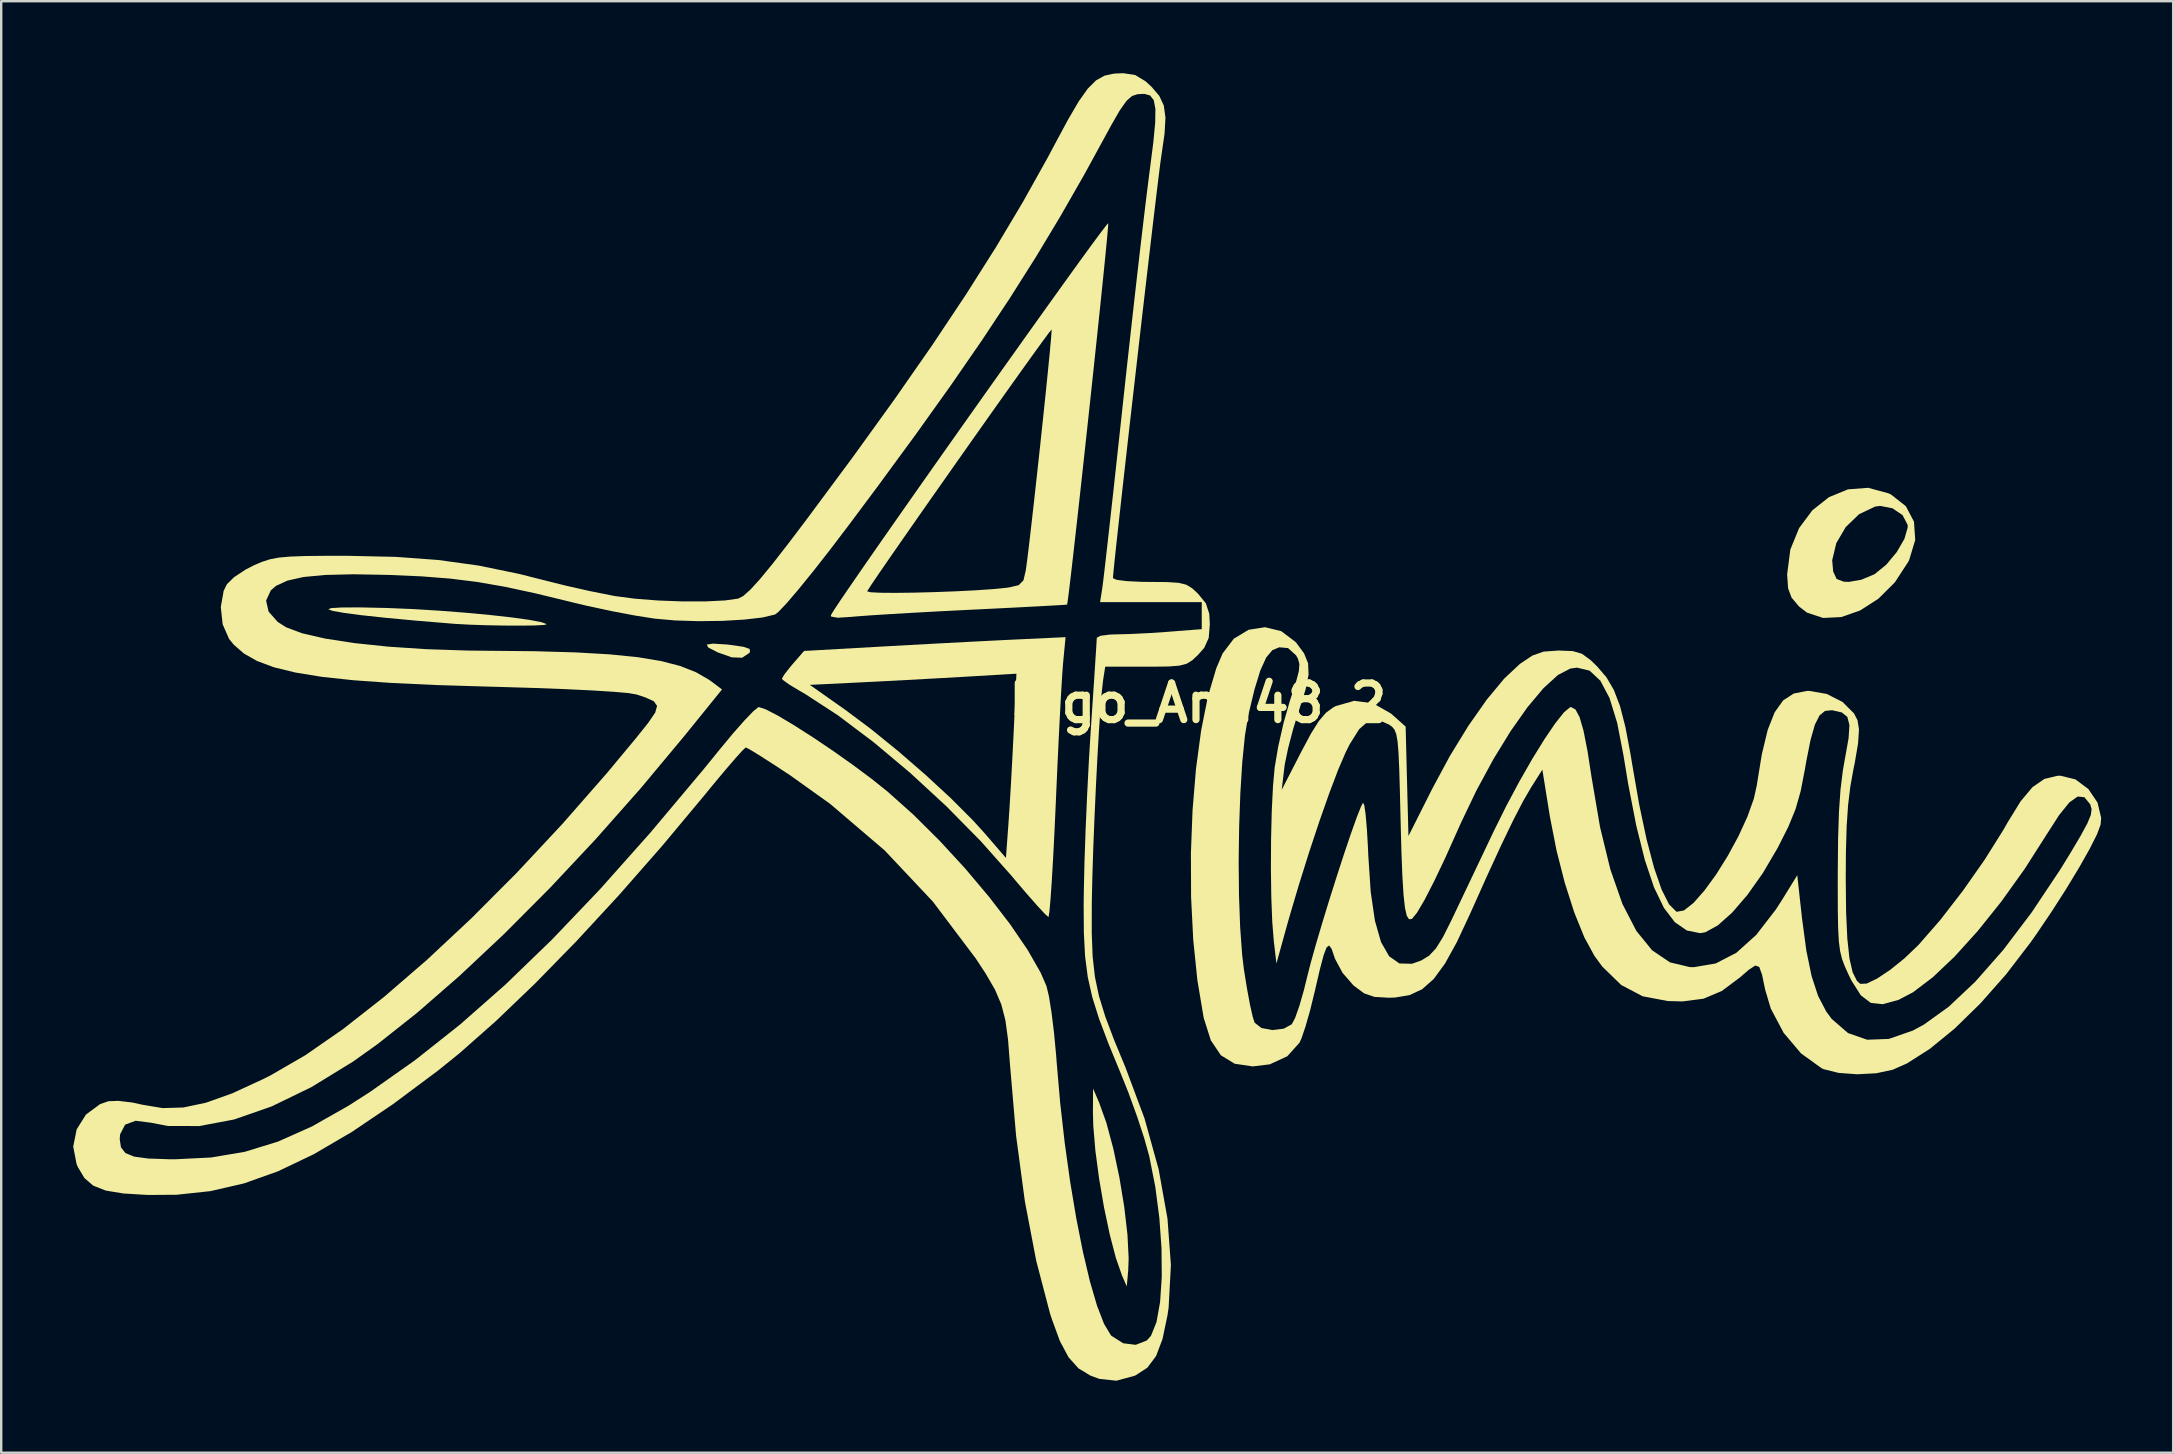
<source format=kicad_pcb>
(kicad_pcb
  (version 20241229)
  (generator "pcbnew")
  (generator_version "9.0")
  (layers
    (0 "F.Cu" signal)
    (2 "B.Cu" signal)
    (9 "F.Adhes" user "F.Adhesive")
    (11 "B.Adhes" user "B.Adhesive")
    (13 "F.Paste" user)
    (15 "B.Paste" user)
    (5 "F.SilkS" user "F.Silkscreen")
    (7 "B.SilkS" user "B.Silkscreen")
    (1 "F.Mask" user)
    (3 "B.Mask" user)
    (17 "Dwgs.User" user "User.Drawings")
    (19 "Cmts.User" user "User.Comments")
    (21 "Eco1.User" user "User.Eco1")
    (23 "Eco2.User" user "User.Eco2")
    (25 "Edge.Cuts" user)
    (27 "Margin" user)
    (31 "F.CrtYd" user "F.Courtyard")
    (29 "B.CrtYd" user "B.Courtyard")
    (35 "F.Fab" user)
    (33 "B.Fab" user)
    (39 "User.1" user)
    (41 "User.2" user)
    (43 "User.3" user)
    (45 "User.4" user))
  (footprint "logo_Ami48_2"
    (layer "F.Cu")
    (at 46.851 26.241)
    (property "Reference" "logo_Ami48_2" (at 0 0 0) (layer "F.SilkS") (effects (font (size 1.524 1.524) (thickness 0.3))))
    (attr board_only exclude_from_pos_files exclude_from_bom)
    (fp_poly (pts (xy -19.61 -2.438) (xy -19.451 -2.42) (xy -18.92 -2.342) (xy -18.671 -2.256) (xy -18.651 -2.137) (xy -18.691 -2.079) (xy -18.984 -1.887) (xy -19.414 -1.904) (xy -20.001 -2.112) (xy -20.391 -2.313) (xy -20.456 -2.435) (xy -20.195 -2.476)) (stroke (width 0) (type solid)) (fill yes) (layer "F.SilkS"))
    (fp_poly (pts (xy -4.107 16.648) (xy -3.802 17.5) (xy -3.515 18.572) (xy -3.263 19.768) (xy -3.061 20.992) (xy -2.927 22.149) (xy -2.877 23.144) (xy -2.896 23.644) (xy -2.956 24.307) (xy -3.155 23.848) (xy -3.411 23.115) (xy -3.666 22.138) (xy -3.904 21.008) (xy -4.108 19.817) (xy -4.263 18.656) (xy -4.351 17.617) (xy -4.366 17.074) (xy -4.36 16.064)) (stroke (width 0) (type solid)) (fill yes) (layer "F.SilkS"))
    (fp_poly (pts (xy -33.862 -3.962) (xy -33.726 -3.958) (xy -32.688 -3.915) (xy -31.598 -3.848) (xy -30.514 -3.764) (xy -29.491 -3.669) (xy -28.583 -3.567) (xy -27.847 -3.465) (xy -27.339 -3.368) (xy -27.116 -3.285) (xy -27.233 -3.253) (xy -27.615 -3.233) (xy -28.189 -3.225) (xy -28.881 -3.228) (xy -29.62 -3.241) (xy -30.334 -3.265) (xy -30.95 -3.299) (xy -31.035 -3.306) (xy -32.559 -3.432) (xy -33.831 -3.551) (xy -34.844 -3.66) (xy -35.586 -3.758) (xy -36.05 -3.841) (xy -36.225 -3.907) (xy -36.104 -3.955) (xy -35.675 -3.981) (xy -34.931 -3.985)) (stroke (width 0) (type solid)) (fill yes) (layer "F.SilkS"))
    (fp_poly (pts (xy 28.783 -8.737) (xy 28.888 -8.686) (xy 29.503 -8.202) (xy 29.842 -7.557) (xy 29.894 -6.796) (xy 29.645 -5.968) (xy 29.604 -5.885) (xy 29.046 -5.029) (xy 28.359 -4.346) (xy 27.597 -3.856) (xy 26.812 -3.582) (xy 26.057 -3.545) (xy 25.385 -3.766) (xy 25.051 -4.024) (xy 24.742 -4.392) (xy 24.597 -4.78) (xy 24.559 -5.341) (xy 24.559 -5.375) (xy 24.633 -5.948) (xy 26.434 -5.948) (xy 26.475 -5.482) (xy 26.619 -5.17) (xy 26.915 -5.056) (xy 27.127 -5.047) (xy 27.65 -5.138) (xy 28.181 -5.359) (xy 28.211 -5.377) (xy 28.691 -5.768) (xy 29.124 -6.289) (xy 29.443 -6.838) (xy 29.58 -7.315) (xy 29.577 -7.424) (xy 29.367 -7.829) (xy 28.945 -8.114) (xy 28.429 -8.213) (xy 28.219 -8.184) (xy 27.555 -7.868) (xy 26.998 -7.331) (xy 26.605 -6.661) (xy 26.434 -5.948) (xy 24.633 -5.948) (xy 24.69 -6.392) (xy 25.055 -7.288) (xy 25.607 -8.029) (xy 26.301 -8.578) (xy 27.092 -8.903) (xy 27.934 -8.967)) (stroke (width 0) (type solid)) (fill yes) (layer "F.SilkS"))
    (fp_poly (pts (xy -5.609 -1.667) (xy -5.643 -1.213) (xy -5.688 -0.478) (xy -5.74 0.48) (xy -5.797 1.606) (xy -5.855 2.844) (xy -5.912 4.137) (xy -5.913 4.163) (xy -5.969 5.388) (xy -6.026 6.496) (xy -6.082 7.444) (xy -6.134 8.191) (xy -6.179 8.694) (xy -6.215 8.91) (xy -6.22 8.915) (xy -6.36 8.793) (xy -6.671 8.459) (xy -7.11 7.961) (xy -7.632 7.348) (xy -7.746 7.211) (xy -9.041 5.753) (xy -10.474 4.299) (xy -11.984 2.906) (xy -13.511 1.625) (xy -14.991 0.511) (xy -16.365 -0.383) (xy -16.61 -0.524) (xy -16.996 -0.757) (xy -16.16 -0.757) (xy -14.676 0.289) (xy -13.619 1.079) (xy -12.48 2.003) (xy -11.339 2.992) (xy -10.273 3.978) (xy -9.363 4.89) (xy -8.915 5.382) (xy -7.99 6.453) (xy -7.886 5.035) (xy -7.838 4.317) (xy -7.782 3.379) (xy -7.725 2.337) (xy -7.672 1.306) (xy -7.667 1.197) (xy -7.553 -1.222) (xy -9.79 -1.09) (xy -10.887 -1.028) (xy -12.112 -0.961) (xy -13.3 -0.898) (xy -14.094 -0.858) (xy -16.16 -0.757) (xy -16.996 -0.757) (xy -17.024 -0.774) (xy -17.282 -0.961) (xy -17.325 -1.016) (xy -17.225 -1.187) (xy -16.974 -1.508) (xy -16.863 -1.638) (xy -16.401 -2.17) (xy -13.205 -2.351) (xy -11.995 -2.418) (xy -10.706 -2.488) (xy -9.453 -2.554) (xy -8.347 -2.61) (xy -7.757 -2.639) (xy -5.506 -2.745)) (stroke (width 0) (type solid)) (fill yes) (layer "F.SilkS"))
    (fp_poly (pts (xy -3.737 -19.808) (xy -3.78 -19.333) (xy -3.85 -18.604) (xy -3.946 -17.661) (xy -4.061 -16.545) (xy -4.192 -15.295) (xy -4.335 -13.951) (xy -4.484 -12.553) (xy -4.637 -11.14) (xy -4.788 -9.753) (xy -4.933 -8.432) (xy -5.069 -7.215) (xy -5.19 -6.144) (xy -5.292 -5.258) (xy -5.372 -4.597) (xy -5.424 -4.201) (xy -5.442 -4.101) (xy -5.61 -4.087) (xy -6.067 -4.061) (xy -6.768 -4.023) (xy -7.666 -3.976) (xy -8.715 -3.923) (xy -9.504 -3.885) (xy -10.694 -3.825) (xy -11.824 -3.763) (xy -12.834 -3.704) (xy -13.662 -3.651) (xy -14.248 -3.607) (xy -14.446 -3.589) (xy -14.994 -3.554) (xy -15.266 -3.6) (xy -15.287 -3.656) (xy -15.169 -3.852) (xy -14.881 -4.286) (xy -14.629 -4.655) (xy -13.772 -4.655) (xy -13.634 -4.616) (xy -13.223 -4.595) (xy -12.602 -4.59) (xy -11.834 -4.599) (xy -10.981 -4.621) (xy -10.106 -4.654) (xy -9.271 -4.696) (xy -8.54 -4.746) (xy -7.976 -4.801) (xy -7.877 -4.814) (xy -7.459 -4.91) (xy -7.26 -5.112) (xy -7.164 -5.522) (xy -7.106 -5.948) (xy -7.024 -6.614) (xy -6.925 -7.471) (xy -6.812 -8.468) (xy -6.692 -9.555) (xy -6.569 -10.683) (xy -6.45 -11.801) (xy -6.339 -12.86) (xy -6.242 -13.811) (xy -6.164 -14.603) (xy -6.111 -15.186) (xy -6.087 -15.51) (xy -6.088 -15.56) (xy -6.19 -15.438) (xy -6.46 -15.074) (xy -6.871 -14.506) (xy -7.399 -13.769) (xy -8.02 -12.898) (xy -8.707 -11.929) (xy -9.436 -10.898) (xy -10.181 -9.84) (xy -10.918 -8.791) (xy -11.622 -7.787) (xy -12.267 -6.862) (xy -12.828 -6.054) (xy -13.281 -5.397) (xy -13.6 -4.926) (xy -13.759 -4.678) (xy -13.772 -4.655) (xy -14.629 -4.655) (xy -14.442 -4.928) (xy -13.875 -5.75) (xy -13.198 -6.723) (xy -12.433 -7.817) (xy -11.6 -9.005) (xy -10.719 -10.256) (xy -9.811 -11.542) (xy -8.896 -12.835) (xy -7.994 -14.105) (xy -7.127 -15.323) (xy -6.315 -16.461) (xy -5.577 -17.489) (xy -4.936 -18.379) (xy -4.41 -19.101) (xy -4.02 -19.628) (xy -3.787 -19.929) (xy -3.728 -19.99)) (stroke (width 0) (type solid)) (fill yes) (layer "F.SilkS"))
    (fp_poly (pts (xy -2.611 -26.168) (xy -2.171 -25.903) (xy -1.918 -25.669) (xy -1.601 -25.296) (xy -1.414 -24.896) (xy -1.344 -24.395) (xy -1.382 -23.716) (xy -1.516 -22.793) (xy -1.56 -22.48) (xy -1.635 -21.883) (xy -1.737 -21.039) (xy -1.863 -19.988) (xy -2.006 -18.769) (xy -2.164 -17.421) (xy -2.331 -15.982) (xy -2.502 -14.492) (xy -2.674 -12.989) (xy -2.843 -11.513) (xy -3.002 -10.103) (xy -3.149 -8.796) (xy -3.278 -7.634) (xy -3.386 -6.653) (xy -3.467 -5.894) (xy -3.517 -5.395) (xy -3.532 -5.201) (xy -3.377 -5.133) (xy -2.959 -5.08) (xy -2.355 -5.05) (xy -2.006 -5.046) (xy -1.274 -5.04) (xy -0.792 -5.008) (xy -0.473 -4.929) (xy -0.23 -4.781) (xy 0.013 -4.555) (xy 0.34 -4.154) (xy 0.481 -3.719) (xy 0.505 -3.28) (xy 0.458 -2.713) (xy 0.274 -2.304) (xy 0.013 -2.006) (xy -0.226 -1.782) (xy -0.456 -1.639) (xy -0.758 -1.559) (xy -1.211 -1.523) (xy -1.895 -1.514) (xy -2.166 -1.514) (xy -3.854 -1.514) (xy -3.94 -0.967) (xy -3.994 -0.492) (xy -4.054 0.259) (xy -4.119 1.226) (xy -4.184 2.35) (xy -4.246 3.571) (xy -4.303 4.829) (xy -4.352 6.063) (xy -4.389 7.215) (xy -4.411 8.223) (xy -4.413 8.411) (xy -4.415 9.591) (xy -4.378 10.559) (xy -4.284 11.403) (xy -4.115 12.208) (xy -3.852 13.061) (xy -3.479 14.05) (xy -3.012 15.176) (xy -2.215 17.31) (xy -1.627 19.429) (xy -1.259 21.483) (xy -1.117 23.419) (xy -1.212 25.187) (xy -1.259 25.507) (xy -1.466 26.496) (xy -1.735 27.206) (xy -2.097 27.691) (xy -2.581 28.006) (xy -2.636 28.03) (xy -3.387 28.234) (xy -4.097 28.158) (xy -4.472 28.021) (xy -4.97 27.718) (xy -5.382 27.257) (xy -5.743 26.581) (xy -6.089 25.634) (xy -6.155 25.426) (xy -6.728 23.239) (xy -7.201 20.762) (xy -7.567 18.028) (xy -7.821 15.07) (xy -7.822 15.055) (xy -7.903 14.016) (xy -8.013 13.216) (xy -8.183 12.557) (xy -8.446 11.942) (xy -8.833 11.274) (xy -9.248 10.642) (xy -11.032 8.276) (xy -13.045 6.138) (xy -15.311 4.204) (xy -16.973 3.016) (xy -17.647 2.573) (xy -18.218 2.207) (xy -18.629 1.954) (xy -18.823 1.851) (xy -18.828 1.85) (xy -18.965 1.974) (xy -19.273 2.315) (xy -19.713 2.828) (xy -20.246 3.467) (xy -20.54 3.827) (xy -22.323 5.963) (xy -24.117 8.008) (xy -25.89 9.927) (xy -27.609 11.686) (xy -29.239 13.249) (xy -30.748 14.583) (xy -31.641 15.305) (xy -33.529 16.713) (xy -35.246 17.872) (xy -36.829 18.798) (xy -38.313 19.507) (xy -39.736 20.014) (xy -41.135 20.336) (xy -42.547 20.487) (xy -43.745 20.495) (xy -44.757 20.434) (xy -45.495 20.313) (xy -46.017 20.107) (xy -46.384 19.79) (xy -46.656 19.335) (xy -46.709 19.213) (xy -46.851 18.48) (xy -46.788 18.167) (xy -44.913 18.167) (xy -44.862 18.509) (xy -44.679 18.747) (xy -44.315 18.897) (xy -43.723 18.978) (xy -42.855 19.007) (xy -42.596 19.008) (xy -41.102 18.934) (xy -39.698 18.696) (xy -38.319 18.272) (xy -36.9 17.639) (xy -35.376 16.774) (xy -34.483 16.202) (xy -32.608 14.88) (xy -30.735 13.396) (xy -28.842 11.729) (xy -26.904 9.856) (xy -24.899 7.754) (xy -22.804 5.4) (xy -20.596 2.772) (xy -19.88 1.892) (xy -19.348 1.251) (xy -18.877 0.718) (xy -18.515 0.342) (xy -18.306 0.173) (xy -18.287 0.168) (xy -17.994 0.264) (xy -17.487 0.528) (xy -16.818 0.926) (xy -16.041 1.422) (xy -15.209 1.982) (xy -14.376 2.571) (xy -13.594 3.153) (xy -12.931 3.682) (xy -11.846 4.651) (xy -10.751 5.739) (xy -9.686 6.896) (xy -8.693 8.075) (xy -7.81 9.224) (xy -7.08 10.295) (xy -6.542 11.238) (xy -6.301 11.793) (xy -6.199 12.217) (xy -6.091 12.893) (xy -5.987 13.738) (xy -5.899 14.669) (xy -5.878 14.953) (xy -5.732 16.643) (xy -5.542 18.319) (xy -5.315 19.942) (xy -5.059 21.471) (xy -4.782 22.868) (xy -4.492 24.092) (xy -4.197 25.104) (xy -3.904 25.864) (xy -3.623 26.332) (xy -3.592 26.365) (xy -3.106 26.674) (xy -2.582 26.739) (xy -2.126 26.56) (xy -1.949 26.367) (xy -1.718 25.794) (xy -1.567 24.955) (xy -1.498 23.911) (xy -1.508 22.724) (xy -1.598 21.452) (xy -1.767 20.158) (xy -2.015 18.901) (xy -2.023 18.867) (xy -2.23 18.126) (xy -2.533 17.205) (xy -2.888 16.229) (xy -3.199 15.453) (xy -3.718 14.191) (xy -4.111 13.152) (xy -4.393 12.253) (xy -4.582 11.411) (xy -4.693 10.545) (xy -4.744 9.572) (xy -4.752 8.41) (xy -4.745 7.822) (xy -4.719 6.66) (xy -4.671 5.28) (xy -4.606 3.801) (xy -4.531 2.341) (xy -4.455 1.106) (xy -4.382 0.024) (xy -4.317 -0.945) (xy -4.265 -1.752) (xy -4.227 -2.344) (xy -4.207 -2.673) (xy -4.205 -2.72) (xy -4.054 -2.802) (xy -3.671 -2.852) (xy -3.406 -2.861) (xy -2.842 -2.875) (xy -2.093 -2.911) (xy -1.31 -2.963) (xy -1.22 -2.97) (xy 0.168 -3.078) (xy 0.168 -4.205) (xy -4.067 -4.205) (xy -3.969 -4.836) (xy -3.931 -5.136) (xy -3.861 -5.732) (xy -3.764 -6.585) (xy -3.644 -7.657) (xy -3.505 -8.908) (xy -3.353 -10.3) (xy -3.19 -11.795) (xy -3.111 -12.532) (xy -2.933 -14.163) (xy -2.752 -15.796) (xy -2.574 -17.376) (xy -2.405 -18.85) (xy -2.25 -20.164) (xy -2.117 -21.264) (xy -2.012 -22.095) (xy -1.992 -22.243) (xy -1.85 -23.357) (xy -1.771 -24.181) (xy -1.763 -24.755) (xy -1.832 -25.119) (xy -1.984 -25.314) (xy -2.227 -25.38) (xy -2.506 -25.366) (xy -2.738 -25.291) (xy -2.969 -25.086) (xy -3.243 -24.699) (xy -3.601 -24.078) (xy -3.751 -23.802) (xy -4.737 -21.999) (xy -5.728 -20.269) (xy -6.752 -18.568) (xy -7.837 -16.854) (xy -9.01 -15.084) (xy -10.3 -13.216) (xy -11.735 -11.207) (xy -13.343 -9.014) (xy -14.527 -7.427) (xy -15.304 -6.405) (xy -16.014 -5.498) (xy -16.629 -4.74) (xy -17.122 -4.163) (xy -17.466 -3.8) (xy -17.612 -3.688) (xy -18.13 -3.565) (xy -18.894 -3.476) (xy -19.814 -3.423) (xy -20.803 -3.411) (xy -21.77 -3.441) (xy -22.625 -3.517) (xy -23.446 -3.646) (xy -24.443 -3.835) (xy -25.466 -4.055) (xy -26.073 -4.201) (xy -27.583 -4.568) (xy -28.869 -4.845) (xy -30.027 -5.046) (xy -31.151 -5.185) (xy -32.339 -5.278) (xy -33.686 -5.337) (xy -33.698 -5.338) (xy -35.173 -5.365) (xy -36.348 -5.337) (xy -37.256 -5.251) (xy -37.929 -5.1) (xy -38.399 -4.883) (xy -38.616 -4.697) (xy -38.815 -4.268) (xy -38.711 -3.81) (xy -38.328 -3.377) (xy -37.978 -3.155) (xy -37.311 -2.906) (xy -36.352 -2.685) (xy -35.142 -2.498) (xy -33.724 -2.349) (xy -32.141 -2.244) (xy -30.434 -2.187) (xy -29.605 -2.178) (xy -27.613 -2.159) (xy -25.924 -2.11) (xy -24.506 -2.029) (xy -23.327 -1.91) (xy -22.355 -1.749) (xy -21.558 -1.542) (xy -20.903 -1.283) (xy -20.36 -0.969) (xy -20.213 -0.863) (xy -19.82 -0.566) (xy -21.376 1.357) (xy -23.208 3.553) (xy -25.096 5.686) (xy -27.005 7.721) (xy -28.902 9.625) (xy -30.752 11.364) (xy -32.52 12.904) (xy -34.173 14.212) (xy -35.196 14.941) (xy -36.927 16.002) (xy -38.585 16.807) (xy -40.148 17.351) (xy -41.594 17.624) (xy -42.9 17.622) (xy -43.606 17.486) (xy -44.253 17.404) (xy -44.689 17.567) (xy -44.897 17.968) (xy -44.913 18.167) (xy -46.788 18.167) (xy -46.707 17.763) (xy -46.32 17.146) (xy -45.732 16.711) (xy -45.386 16.59) (xy -44.975 16.574) (xy -44.394 16.643) (xy -43.96 16.737) (xy -43.128 16.876) (xy -42.263 16.851) (xy -41.312 16.65) (xy -40.222 16.26) (xy -38.938 15.668) (xy -38.619 15.507) (xy -37.183 14.675) (xy -35.602 13.579) (xy -33.903 12.246) (xy -32.113 10.7) (xy -30.261 8.968) (xy -28.374 7.075) (xy -26.479 5.047) (xy -24.605 2.908) (xy -23.397 1.455) (xy -22.894 0.825) (xy -22.603 0.399) (xy -22.525 0.119) (xy -22.659 -0.072) (xy -23.004 -0.231) (xy -23.381 -0.357) (xy -23.711 -0.413) (xy -24.342 -0.469) (xy -25.239 -0.526) (xy -26.367 -0.58) (xy -27.691 -0.63) (xy -29.175 -0.674) (xy -29.521 -0.683) (xy -31.705 -0.749) (xy -33.578 -0.836) (xy -35.167 -0.949) (xy -36.497 -1.092) (xy -37.593 -1.271) (xy -38.482 -1.488) (xy -39.189 -1.751) (xy -39.739 -2.063) (xy -40.159 -2.428) (xy -40.357 -2.671) (xy -40.625 -3.282) (xy -40.702 -4.001) (xy -40.582 -4.677) (xy -40.447 -4.951) (xy -40.149 -5.243) (xy -39.664 -5.563) (xy -39.311 -5.744) (xy -38.976 -5.886) (xy -38.652 -5.99) (xy -38.281 -6.06) (xy -37.801 -6.103) (xy -37.152 -6.126) (xy -36.274 -6.134) (xy -35.409 -6.134) (xy -33.414 -6.09) (xy -31.635 -5.959) (xy -29.958 -5.727) (xy -28.269 -5.379) (xy -27.241 -5.119) (xy -26.333 -4.892) (xy -25.332 -4.666) (xy -24.425 -4.484) (xy -24.259 -4.454) (xy -23.44 -4.346) (xy -22.478 -4.272) (xy -21.469 -4.234) (xy -20.51 -4.234) (xy -19.696 -4.274) (xy -19.144 -4.351) (xy -18.934 -4.46) (xy -18.64 -4.721) (xy -18.24 -5.16) (xy -17.711 -5.803) (xy -17.033 -6.675) (xy -16.332 -7.601) (xy -14.372 -10.243) (xy -12.621 -12.671) (xy -11.057 -14.917) (xy -9.66 -17.013) (xy -8.408 -18.99) (xy -7.281 -20.88) (xy -6.256 -22.714) (xy -5.951 -23.287) (xy -5.401 -24.31) (xy -4.957 -25.068) (xy -4.58 -25.599) (xy -4.235 -25.943) (xy -3.882 -26.139) (xy -3.485 -26.225) (xy -3.103 -26.241)) (stroke (width 0) (type solid)) (fill yes) (layer "F.SilkS"))
    (fp_poly (pts (xy 3.481 -2.994) (xy 4.075 -2.546) (xy 4.111 -2.504) (xy 4.431 -2.07) (xy 4.599 -1.655) (xy 4.618 -1.178) (xy 4.492 -0.557) (xy 4.228 0.276) (xy 3.981 1.067) (xy 3.771 1.864) (xy 3.632 2.529) (xy 3.609 2.691) (xy 3.499 3.617) (xy 4.315 2.029) (xy 4.723 1.266) (xy 5.049 0.747) (xy 5.342 0.406) (xy 5.65 0.18) (xy 5.749 0.127) (xy 6.523 -0.093) (xy 7.304 0.012) (xy 8.045 0.433) (xy 8.139 0.514) (xy 8.663 0.981) (xy 8.721 3.261) (xy 8.78 5.54) (xy 9.772 3.569) (xy 10.508 2.203) (xy 11.277 0.949) (xy 12.043 -0.142) (xy 12.77 -1.018) (xy 13.422 -1.629) (xy 13.428 -1.633) (xy 13.945 -1.979) (xy 14.413 -2.143) (xy 15.016 -2.187) (xy 15.068 -2.187) (xy 15.625 -2.164) (xy 16.008 -2.053) (xy 16.367 -1.79) (xy 16.644 -1.523) (xy 17.029 -1.072) (xy 17.34 -0.541) (xy 17.596 0.131) (xy 17.82 1.003) (xy 18.033 2.133) (xy 18.097 2.523) (xy 18.391 4.215) (xy 18.698 5.666) (xy 19.012 6.858) (xy 19.327 7.771) (xy 19.638 8.387) (xy 19.938 8.687) (xy 19.959 8.696) (xy 20.259 8.642) (xy 20.654 8.33) (xy 21.112 7.812) (xy 21.6 7.142) (xy 22.082 6.371) (xy 22.527 5.552) (xy 22.901 4.738) (xy 23.171 3.982) (xy 23.289 3.448) (xy 23.503 2.133) (xy 23.747 1.122) (xy 24.038 0.385) (xy 24.393 -0.111) (xy 24.831 -0.396) (xy 25.368 -0.502) (xy 25.482 -0.505) (xy 26.208 -0.379) (xy 26.864 -0.046) (xy 27.344 0.433) (xy 27.491 0.719) (xy 27.551 1.1) (xy 27.514 1.67) (xy 27.376 2.487) (xy 27.325 2.733) (xy 27.191 3.471) (xy 27.097 4.245) (xy 27.037 5.131) (xy 27.006 6.209) (xy 26.999 7.317) (xy 27.014 8.721) (xy 27.065 9.819) (xy 27.154 10.641) (xy 27.286 11.217) (xy 27.465 11.575) (xy 27.604 11.701) (xy 27.872 11.688) (xy 28.311 11.477) (xy 28.858 11.111) (xy 29.448 10.635) (xy 30.019 10.089) (xy 30.04 10.067) (xy 30.938 9.038) (xy 31.883 7.817) (xy 32.79 6.523) (xy 33.575 5.271) (xy 33.746 4.97) (xy 34.285 4.094) (xy 34.78 3.504) (xy 35.275 3.163) (xy 35.812 3.032) (xy 35.944 3.028) (xy 36.569 3.181) (xy 37.108 3.583) (xy 37.489 4.146) (xy 37.641 4.784) (xy 37.617 5.066) (xy 37.471 5.462) (xy 37.162 6.076) (xy 36.723 6.853) (xy 36.187 7.739) (xy 35.586 8.677) (xy 34.953 9.614) (xy 34.701 9.971) (xy 33.679 11.304) (xy 32.611 12.513) (xy 31.539 13.561) (xy 30.503 14.408) (xy 29.545 15.018) (xy 28.949 15.28) (xy 28.27 15.425) (xy 27.476 15.467) (xy 26.703 15.41) (xy 26.087 15.257) (xy 25.989 15.212) (xy 25.136 14.597) (xy 24.411 13.74) (xy 23.876 12.729) (xy 23.642 11.943) (xy 23.512 11.319) (xy 23.395 10.994) (xy 23.23 10.936) (xy 22.955 11.117) (xy 22.598 11.427) (xy 21.834 11.997) (xy 21.072 12.319) (xy 20.194 12.432) (xy 19.584 12.416) (xy 18.538 12.217) (xy 17.642 11.746) (xy 16.855 10.979) (xy 16.53 10.536) (xy 16.107 9.759) (xy 15.686 8.719) (xy 15.292 7.486) (xy 14.947 6.132) (xy 14.673 4.73) (xy 14.66 4.65) (xy 14.359 2.775) (xy 13.885 3.523) (xy 13.556 4.09) (xy 13.146 4.882) (xy 12.645 5.921) (xy 12.042 7.231) (xy 11.353 8.77) (xy 10.8 9.954) (xy 10.306 10.85) (xy 9.835 11.495) (xy 9.353 11.922) (xy 8.826 12.169) (xy 8.219 12.27) (xy 7.954 12.278) (xy 7.362 12.243) (xy 6.936 12.097) (xy 6.507 11.779) (xy 6.484 11.759) (xy 6.034 11.241) (xy 5.719 10.653) (xy 5.692 10.572) (xy 5.578 10.241) (xy 5.476 10.101) (xy 5.37 10.18) (xy 5.246 10.506) (xy 5.087 11.106) (xy 4.878 12.008) (xy 4.873 12.027) (xy 4.687 12.789) (xy 4.494 13.468) (xy 4.323 13.971) (xy 4.243 14.149) (xy 3.732 14.717) (xy 3.003 15.053) (xy 2.29 15.139) (xy 1.537 15.027) (xy 0.964 14.674) (xy 0.546 14.053) (xy 0.256 13.139) (xy 0.242 13.075) (xy -0.015 11.542) (xy -0.187 9.859) (xy -0.276 8.082) (xy -0.282 6.605) (xy 1.706 6.605) (xy 1.72 8.023) (xy 1.768 9.338) (xy 1.85 10.476) (xy 1.924 11.09) (xy 2.051 11.884) (xy 2.18 12.577) (xy 2.295 13.086) (xy 2.371 13.319) (xy 2.656 13.54) (xy 3.108 13.625) (xy 3.584 13.567) (xy 3.918 13.384) (xy 4.057 13.123) (xy 4.236 12.617) (xy 4.427 11.949) (xy 4.539 11.492) (xy 4.697 10.867) (xy 4.921 10.067) (xy 5.193 9.147) (xy 5.494 8.165) (xy 5.807 7.178) (xy 6.112 6.242) (xy 6.393 5.414) (xy 6.63 4.75) (xy 6.806 4.308) (xy 6.889 4.153) (xy 6.941 4.261) (xy 6.996 4.648) (xy 7.049 5.26) (xy 7.094 6.041) (xy 7.106 6.34) (xy 7.207 7.864) (xy 7.383 9.068) (xy 7.637 9.96) (xy 7.976 10.551) (xy 8.403 10.85) (xy 8.924 10.864) (xy 9.316 10.725) (xy 9.641 10.525) (xy 9.923 10.226) (xy 10.216 9.756) (xy 10.571 9.048) (xy 10.893 8.371) (xy 11.311 7.493) (xy 11.775 6.516) (xy 12.238 5.542) (xy 12.345 5.318) (xy 12.86 4.281) (xy 13.399 3.272) (xy 13.936 2.333) (xy 14.444 1.511) (xy 14.894 0.848) (xy 15.259 0.388) (xy 15.512 0.177) (xy 15.554 0.168) (xy 15.739 0.268) (xy 15.91 0.588) (xy 16.075 1.158) (xy 16.241 2.006) (xy 16.408 3.084) (xy 16.763 5.17) (xy 17.192 6.931) (xy 17.695 8.371) (xy 18.275 9.494) (xy 18.935 10.304) (xy 19.677 10.805) (xy 20.502 11.001) (xy 20.678 11.004) (xy 21.584 10.849) (xy 22.442 10.405) (xy 23.271 9.659) (xy 24.091 8.597) (xy 24.364 8.171) (xy 24.979 7.174) (xy 25.177 8.968) (xy 25.357 10.311) (xy 25.575 11.371) (xy 25.846 12.201) (xy 26.187 12.853) (xy 26.414 13.161) (xy 27.094 13.75) (xy 27.891 14.028) (xy 28.795 13.994) (xy 29.794 13.646) (xy 30.251 13.4) (xy 31.289 12.653) (xy 32.398 11.608) (xy 33.557 10.292) (xy 34.742 8.728) (xy 35.932 6.944) (xy 36.34 6.282) (xy 36.782 5.537) (xy 37.064 5.017) (xy 37.21 4.664) (xy 37.243 4.42) (xy 37.187 4.228) (xy 37.178 4.211) (xy 36.942 3.924) (xy 36.662 3.895) (xy 36.317 4.139) (xy 35.889 4.669) (xy 35.376 5.467) (xy 34.452 6.914) (xy 33.482 8.27) (xy 32.499 9.497) (xy 31.537 10.561) (xy 30.627 11.424) (xy 29.801 12.051) (xy 29.195 12.369) (xy 28.545 12.547) (xy 28.043 12.493) (xy 27.628 12.178) (xy 27.241 11.57) (xy 27.114 11.311) (xy 26.959 10.968) (xy 26.843 10.66) (xy 26.763 10.33) (xy 26.711 9.92) (xy 26.682 9.373) (xy 26.669 8.632) (xy 26.666 7.639) (xy 26.667 7.065) (xy 26.68 5.664) (xy 26.717 4.533) (xy 26.781 3.606) (xy 26.878 2.815) (xy 26.971 2.287) (xy 27.117 1.47) (xy 27.153 0.919) (xy 27.066 0.579) (xy 26.839 0.393) (xy 26.457 0.305) (xy 26.416 0.3) (xy 26.136 0.329) (xy 25.908 0.515) (xy 25.714 0.901) (xy 25.535 1.526) (xy 25.354 2.432) (xy 25.293 2.786) (xy 25.119 3.68) (xy 24.907 4.422) (xy 24.608 5.153) (xy 24.172 6.017) (xy 24.155 6.048) (xy 23.547 7.082) (xy 22.905 7.99) (xy 22.266 8.732) (xy 21.668 9.265) (xy 21.147 9.551) (xy 20.93 9.588) (xy 20.378 9.476) (xy 19.879 9.131) (xy 19.425 8.536) (xy 19.01 7.677) (xy 18.628 6.537) (xy 18.27 5.1) (xy 17.931 3.353) (xy 17.74 2.187) (xy 17.477 0.829) (xy 17.159 -0.205) (xy 16.778 -0.928) (xy 16.329 -1.348) (xy 15.804 -1.475) (xy 15.519 -1.435) (xy 15.008 -1.168) (xy 14.407 -0.621) (xy 13.742 0.17) (xy 13.038 1.169) (xy 12.319 2.34) (xy 11.611 3.646) (xy 10.939 5.052) (xy 10.83 5.299) (xy 10.313 6.452) (xy 9.846 7.433) (xy 9.448 8.207) (xy 9.135 8.738) (xy 8.926 8.992) (xy 8.919 8.997) (xy 8.804 9.008) (xy 8.711 8.864) (xy 8.635 8.535) (xy 8.575 7.99) (xy 8.526 7.198) (xy 8.485 6.13) (xy 8.451 4.825) (xy 8.422 3.625) (xy 8.395 2.716) (xy 8.365 2.055) (xy 8.326 1.596) (xy 8.272 1.295) (xy 8.198 1.108) (xy 8.099 0.989) (xy 7.969 0.896) (xy 7.514 0.695) (xy 7.111 0.752) (xy 6.727 1.089) (xy 6.327 1.726) (xy 6.16 2.062) (xy 5.854 2.775) (xy 5.485 3.746) (xy 5.075 4.911) (xy 4.646 6.202) (xy 4.221 7.555) (xy 3.822 8.902) (xy 3.669 9.445) (xy 3.28 10.85) (xy 3.171 9.925) (xy 3.106 9.126) (xy 3.066 8.087) (xy 3.049 6.905) (xy 3.056 5.675) (xy 3.085 4.492) (xy 3.137 3.453) (xy 3.206 2.687) (xy 3.355 1.806) (xy 3.581 0.813) (xy 3.839 -0.09) (xy 3.865 -0.168) (xy 4.091 -0.863) (xy 4.212 -1.322) (xy 4.237 -1.623) (xy 4.177 -1.846) (xy 4.097 -1.987) (xy 3.764 -2.289) (xy 3.4 -2.323) (xy 3.111 -2.204) (xy 2.853 -1.896) (xy 2.61 -1.361) (xy 2.365 -0.565) (xy 2.104 0.522) (xy 1.967 1.361) (xy 1.857 2.461) (xy 1.776 3.751) (xy 1.726 5.157) (xy 1.706 6.605) (xy -0.282 6.605) (xy -0.284 6.266) (xy -0.215 4.466) (xy -0.072 2.739) (xy 0.143 1.14) (xy 0.426 -0.276) (xy 0.775 -1.453) (xy 1.037 -2.066) (xy 1.508 -2.685) (xy 2.122 -3.053) (xy 2.805 -3.159)) (stroke (width 0) (type solid)) (fill yes) (layer "F.SilkS")))
  (gr_rect
    (start -3 -3)
    (end 87.492 57.475)
    (stroke (width 0.1) (type default))
    (fill no)
    (layer "Edge.Cuts")))
</source>
